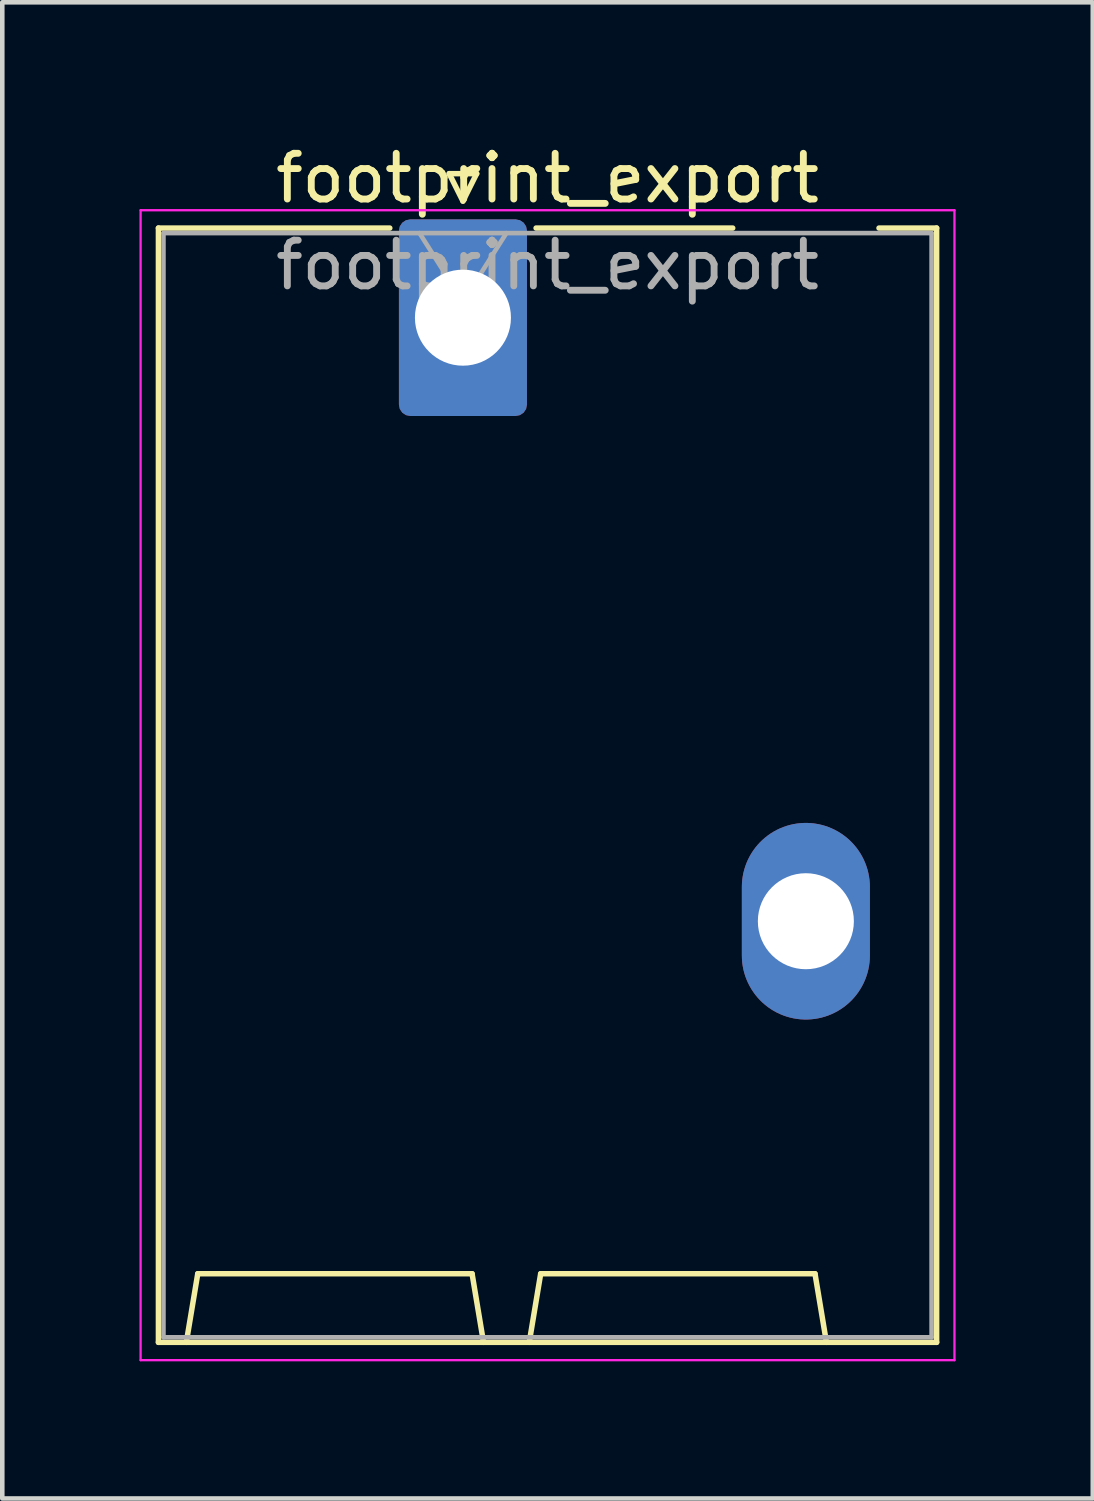
<source format=kicad_pcb>
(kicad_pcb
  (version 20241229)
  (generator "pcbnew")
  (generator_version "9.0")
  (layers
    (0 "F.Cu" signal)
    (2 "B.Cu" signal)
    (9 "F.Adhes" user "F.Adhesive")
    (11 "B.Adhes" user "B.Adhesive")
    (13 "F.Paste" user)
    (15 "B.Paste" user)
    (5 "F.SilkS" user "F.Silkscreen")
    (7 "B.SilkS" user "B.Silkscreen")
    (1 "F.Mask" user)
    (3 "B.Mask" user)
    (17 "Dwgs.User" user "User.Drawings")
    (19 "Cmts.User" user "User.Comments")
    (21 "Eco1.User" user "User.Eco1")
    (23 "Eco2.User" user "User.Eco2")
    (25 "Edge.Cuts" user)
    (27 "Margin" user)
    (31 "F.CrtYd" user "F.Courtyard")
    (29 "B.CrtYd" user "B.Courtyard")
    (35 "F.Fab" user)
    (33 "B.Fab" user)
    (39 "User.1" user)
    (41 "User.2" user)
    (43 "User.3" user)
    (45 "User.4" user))
  (footprint "footprint_export"
    (layer "F.Cu")
    (at 7.075 3.898)
    (property "Reference" "footprint_export" (at 1.85 -3.05 0) (layer "F.SilkS") (effects (font (size 1 1) (thickness 0.15))))
    (attr through_hole)
    (fp_line (start -6.66 -1.96) (end -1.6 -1.96) (stroke (width 0.12) (type solid)) (layer "F.SilkS"))
    (fp_line (start -6.66 22.41) (end -6.66 -1.96) (stroke (width 0.12) (type solid)) (layer "F.SilkS"))
    (fp_line (start -6.05 22.41) (end -5.8 20.91) (stroke (width 0.12) (type solid)) (layer "F.SilkS"))
    (fp_line (start -5.8 20.91) (end 0.2 20.91) (stroke (width 0.12) (type solid)) (layer "F.SilkS"))
    (fp_line (start -0.3 -3.15) (end 0 -2.55) (stroke (width 0.12) (type solid)) (layer "F.SilkS"))
    (fp_line (start -0.3 -3.15) (end 0.3 -3.15) (stroke (width 0.12) (type solid)) (layer "F.SilkS"))
    (fp_line (start 0.3 -3.15) (end 0 -2.55) (stroke (width 0.12) (type solid)) (layer "F.SilkS"))
    (fp_line (start 0.45 22.41) (end 0.2 20.91) (stroke (width 0.12) (type solid)) (layer "F.SilkS"))
    (fp_line (start 1.45 22.41) (end 1.7 20.91) (stroke (width 0.12) (type solid)) (layer "F.SilkS"))
    (fp_line (start 1.6 -1.96) (end 5.9 -1.96) (stroke (width 0.12) (type solid)) (layer "F.SilkS"))
    (fp_line (start 1.7 20.91) (end 7.7 20.91) (stroke (width 0.12) (type solid)) (layer "F.SilkS"))
    (fp_line (start 7.95 22.41) (end 7.7 20.91) (stroke (width 0.12) (type solid)) (layer "F.SilkS"))
    (fp_line (start 9.1 -1.96) (end 10.36 -1.96) (stroke (width 0.12) (type solid)) (layer "F.SilkS"))
    (fp_line (start 10.36 -1.96) (end 10.36 22.41) (stroke (width 0.12) (type solid)) (layer "F.SilkS"))
    (fp_line (start 10.36 22.41) (end -6.66 22.41) (stroke (width 0.12) (type solid)) (layer "F.SilkS"))
    (fp_line (start -7.05 -2.35) (end -7.05 22.8) (stroke (width 0.05) (type solid)) (layer "F.CrtYd"))
    (fp_line (start -7.05 22.8) (end 10.75 22.8) (stroke (width 0.05) (type solid)) (layer "F.CrtYd"))
    (fp_line (start 10.75 -2.35) (end -7.05 -2.35) (stroke (width 0.05) (type solid)) (layer "F.CrtYd"))
    (fp_line (start 10.75 22.8) (end 10.75 -2.35) (stroke (width 0.05) (type solid)) (layer "F.CrtYd"))
    (fp_line (start -6.55 -1.85) (end -6.55 22.3) (stroke (width 0.1) (type solid)) (layer "F.Fab"))
    (fp_line (start -6.55 22.3) (end 10.25 22.3) (stroke (width 0.1) (type solid)) (layer "F.Fab"))
    (fp_line (start -0.95 -1.85) (end 0 -0.35) (stroke (width 0.1) (type solid)) (layer "F.Fab"))
    (fp_line (start 0.95 -1.85) (end 0 -0.35) (stroke (width 0.1) (type solid)) (layer "F.Fab"))
    (fp_line (start 10.25 -1.85) (end -6.55 -1.85) (stroke (width 0.1) (type solid)) (layer "F.Fab"))
    (fp_line (start 10.25 22.3) (end 10.25 -1.85) (stroke (width 0.1) (type solid)) (layer "F.Fab"))
    (fp_text user "${REFERENCE}" (at 1.85 -1.15 0) (layer "F.Fab") (effects (font (size 1 1) (thickness 0.15))))
    (pad "1" thru_hole roundrect (at 0 0) (size 2.8 4.3) (drill 2.1) (layers "*.Cu" "*.Mask") (roundrect_rratio 0.089))
    (pad "2" thru_hole oval (at 7.5 13.2) (size 2.8 4.3) (drill 2.1) (layers "*.Cu" "*.Mask")))
  (gr_rect
    (start -3 -3)
    (end 20.85 29.723)
    (stroke (width 0.1) (type default))
    (fill no)
    (layer "Edge.Cuts")))
</source>
